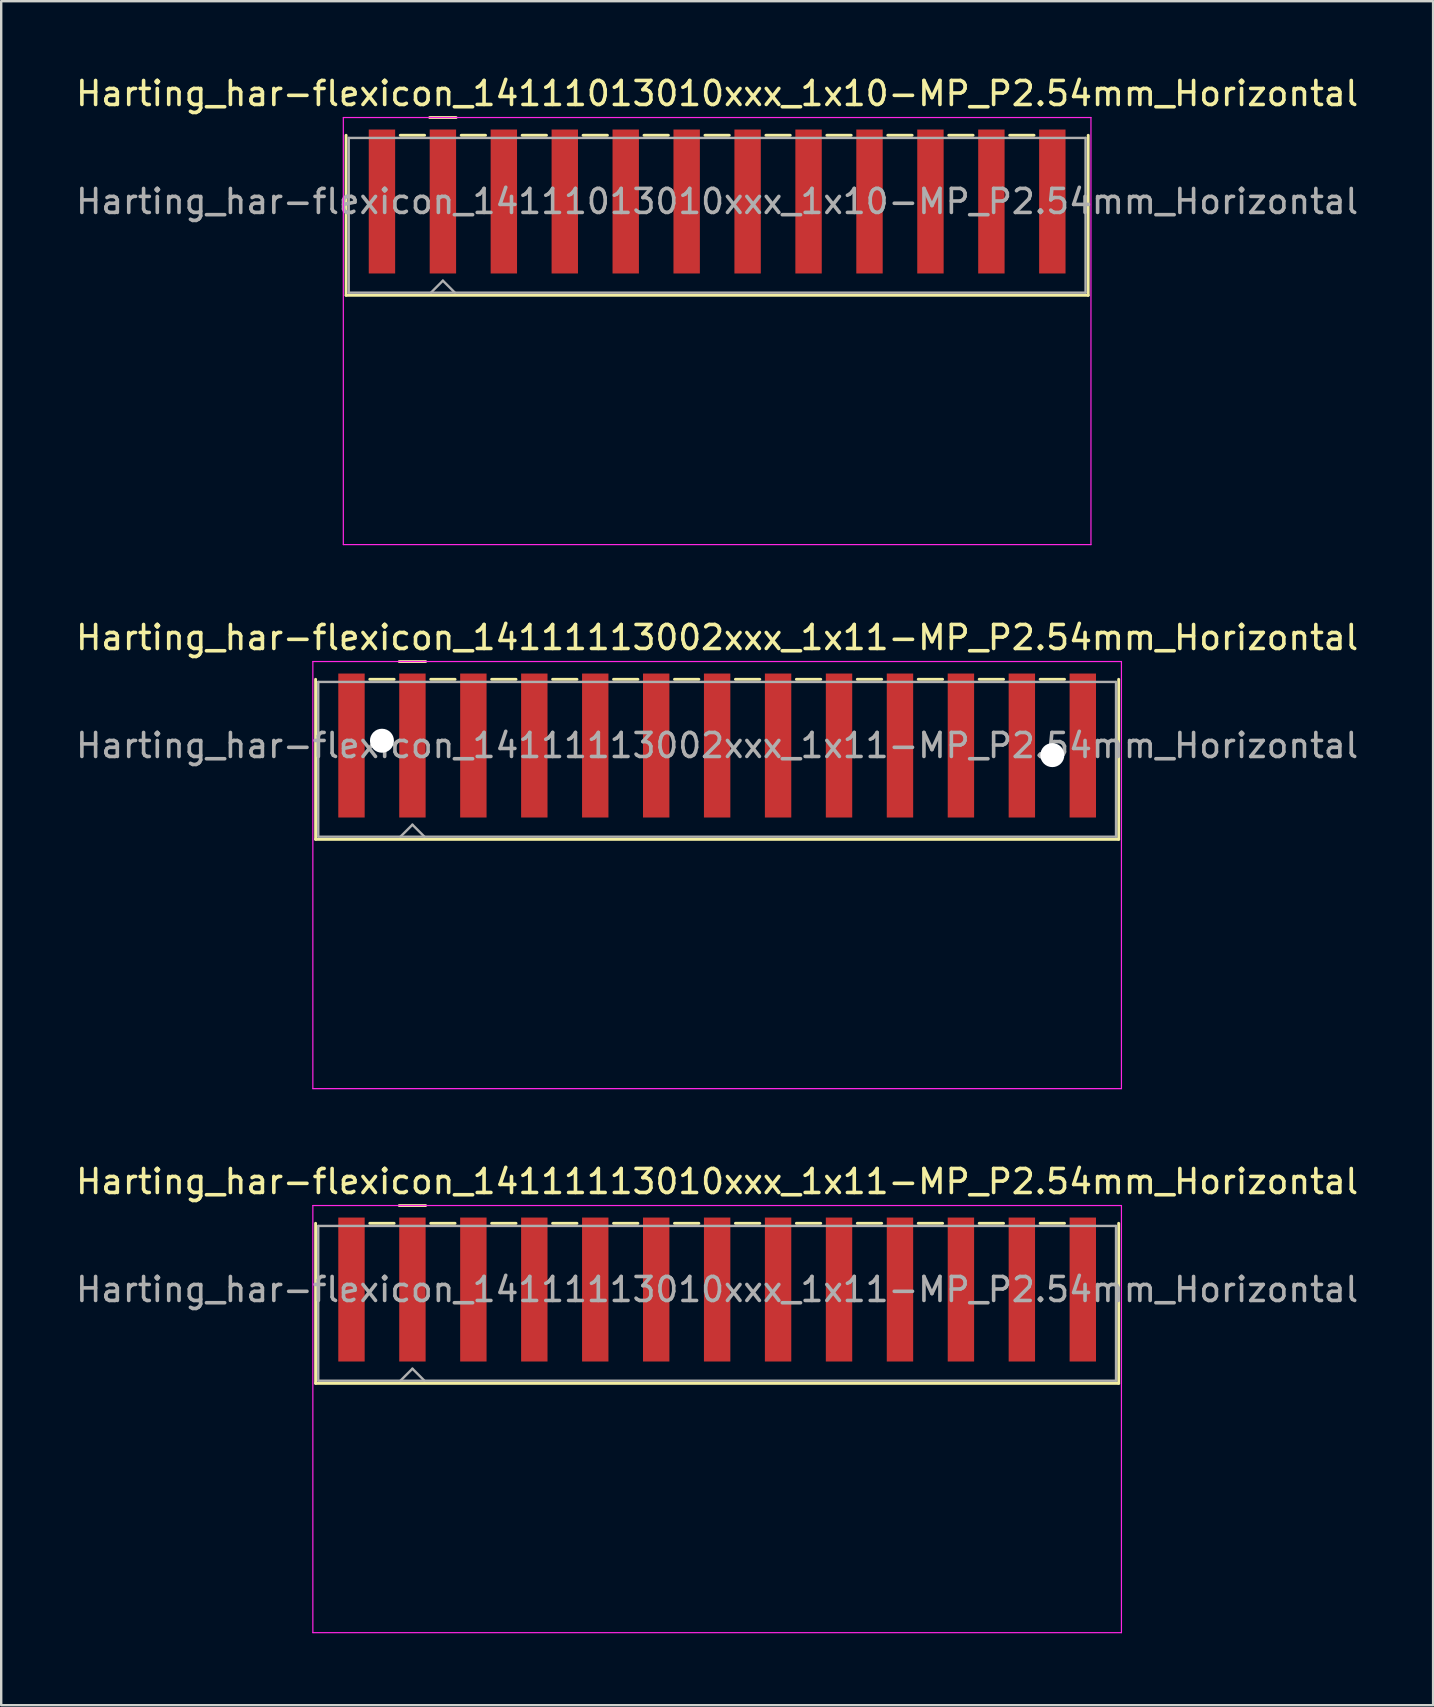
<source format=kicad_pcb>
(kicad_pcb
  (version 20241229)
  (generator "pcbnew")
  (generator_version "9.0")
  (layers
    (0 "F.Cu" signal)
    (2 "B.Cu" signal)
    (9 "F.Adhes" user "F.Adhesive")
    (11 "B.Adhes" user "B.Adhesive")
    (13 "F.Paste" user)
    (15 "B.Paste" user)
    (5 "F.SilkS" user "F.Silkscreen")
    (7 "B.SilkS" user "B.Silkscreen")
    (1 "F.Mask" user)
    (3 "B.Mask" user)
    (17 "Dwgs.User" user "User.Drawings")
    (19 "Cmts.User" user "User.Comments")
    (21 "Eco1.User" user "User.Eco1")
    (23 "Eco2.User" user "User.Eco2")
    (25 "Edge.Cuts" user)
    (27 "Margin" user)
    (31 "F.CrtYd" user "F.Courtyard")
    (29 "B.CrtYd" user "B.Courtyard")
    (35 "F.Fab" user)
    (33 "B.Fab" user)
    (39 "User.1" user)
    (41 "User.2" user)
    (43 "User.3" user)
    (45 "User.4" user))
  (footprint "Harting_har-flexicon_14111113010xxx_1x11-MP_P2.54mm_Horizontal"
    (layer "F.Cu")
    (at 26.839 51.995)
    (property "Reference" "Harting_har-flexicon_14111113010xxx_1x11-MP_P2.54mm_Horizontal" (at 0 -5.8 0) (layer "F.SilkS") (effects (font (size 1 1) (thickness 0.15))))
    (attr smd)
    (fp_line (start -16.735 -4.06) (end -16.735 2.61) (stroke (width 0.12) (type solid)) (layer "F.SilkS"))
    (fp_line (start -14.478 -4.06) (end -13.462 -4.06) (stroke (width 0.12) (type solid)) (layer "F.SilkS"))
    (fp_line (start -13.25 -4.8) (end -12.15 -4.8) (stroke (width 0.12) (type solid)) (layer "F.SilkS"))
    (fp_line (start -11.938 -4.06) (end -10.922 -4.06) (stroke (width 0.12) (type solid)) (layer "F.SilkS"))
    (fp_line (start -9.398 -4.06) (end -8.382 -4.06) (stroke (width 0.12) (type solid)) (layer "F.SilkS"))
    (fp_line (start -6.858 -4.06) (end -5.842 -4.06) (stroke (width 0.12) (type solid)) (layer "F.SilkS"))
    (fp_line (start -4.318 -4.06) (end -3.302 -4.06) (stroke (width 0.12) (type solid)) (layer "F.SilkS"))
    (fp_line (start -1.778 -4.06) (end -0.762 -4.06) (stroke (width 0.12) (type solid)) (layer "F.SilkS"))
    (fp_line (start 0.762 -4.06) (end 1.778 -4.06) (stroke (width 0.12) (type solid)) (layer "F.SilkS"))
    (fp_line (start 3.302 -4.06) (end 4.318 -4.06) (stroke (width 0.12) (type solid)) (layer "F.SilkS"))
    (fp_line (start 5.842 -4.06) (end 6.858 -4.06) (stroke (width 0.12) (type solid)) (layer "F.SilkS"))
    (fp_line (start 8.382 -4.06) (end 9.398 -4.06) (stroke (width 0.12) (type solid)) (layer "F.SilkS"))
    (fp_line (start 10.922 -4.06) (end 11.938 -4.06) (stroke (width 0.12) (type solid)) (layer "F.SilkS"))
    (fp_line (start 13.462 -4.06) (end 14.478 -4.06) (stroke (width 0.12) (type solid)) (layer "F.SilkS"))
    (fp_line (start 16.735 -4.06) (end 16.735 2.61) (stroke (width 0.12) (type solid)) (layer "F.SilkS"))
    (fp_line (start 16.735 2.61) (end -16.735 2.61) (stroke (width 0.12) (type solid)) (layer "F.SilkS"))
    (fp_line (start -16.85 -4.8) (end -16.85 13) (stroke (width 0.05) (type solid)) (layer "F.CrtYd"))
    (fp_line (start -16.85 13) (end 16.85 13) (stroke (width 0.05) (type solid)) (layer "F.CrtYd"))
    (fp_line (start 16.85 -4.8) (end -16.85 -4.8) (stroke (width 0.05) (type solid)) (layer "F.CrtYd"))
    (fp_line (start 16.85 13) (end 16.85 -4.8) (stroke (width 0.05) (type solid)) (layer "F.CrtYd"))
    (fp_line (start -16.625 -3.95) (end -16.625 2.5) (stroke (width 0.1) (type solid)) (layer "F.Fab"))
    (fp_line (start -16.625 2.5) (end 16.625 2.5) (stroke (width 0.1) (type solid)) (layer "F.Fab"))
    (fp_line (start -13.2 2.5) (end -12.7 2) (stroke (width 0.1) (type solid)) (layer "F.Fab"))
    (fp_line (start -12.7 2) (end -12.2 2.5) (stroke (width 0.1) (type solid)) (layer "F.Fab"))
    (fp_line (start 16.625 -3.95) (end -16.625 -3.95) (stroke (width 0.1) (type solid)) (layer "F.Fab"))
    (fp_line (start 16.625 2.5) (end 16.625 -3.95) (stroke (width 0.1) (type solid)) (layer "F.Fab"))
    (fp_text user "${REFERENCE}" (at 0 -1.3 0) (layer "F.Fab") (effects (font (size 1 1) (thickness 0.15))))
    (pad "1" smd rect (at -12.7 -1.3) (size 1.1 6) (layers "F.Cu" "F.Mask" "F.Paste"))
    (pad "2" smd rect (at -10.16 -1.3) (size 1.1 6) (layers "F.Cu" "F.Mask" "F.Paste"))
    (pad "3" smd rect (at -7.62 -1.3) (size 1.1 6) (layers "F.Cu" "F.Mask" "F.Paste"))
    (pad "4" smd rect (at -5.08 -1.3) (size 1.1 6) (layers "F.Cu" "F.Mask" "F.Paste"))
    (pad "5" smd rect (at -2.54 -1.3) (size 1.1 6) (layers "F.Cu" "F.Mask" "F.Paste"))
    (pad "6" smd rect (at 0 -1.3) (size 1.1 6) (layers "F.Cu" "F.Mask" "F.Paste"))
    (pad "7" smd rect (at 2.54 -1.3) (size 1.1 6) (layers "F.Cu" "F.Mask" "F.Paste"))
    (pad "8" smd rect (at 5.08 -1.3) (size 1.1 6) (layers "F.Cu" "F.Mask" "F.Paste"))
    (pad "9" smd rect (at 7.62 -1.3) (size 1.1 6) (layers "F.Cu" "F.Mask" "F.Paste"))
    (pad "10" smd rect (at 10.16 -1.3) (size 1.1 6) (layers "F.Cu" "F.Mask" "F.Paste"))
    (pad "11" smd rect (at 12.7 -1.3) (size 1.1 6) (layers "F.Cu" "F.Mask" "F.Paste"))
    (pad "MP" smd rect (at -15.24 -1.3) (size 1.1 6) (layers "F.Cu" "F.Mask" "F.Paste"))
    (pad "MP" smd rect (at 15.24 -1.3) (size 1.1 6) (layers "F.Cu" "F.Mask" "F.Paste")))
  (footprint "Harting_har-flexicon_14111013010xxx_1x10-MP_P2.54mm_Horizontal"
    (layer "F.Cu")
    (at 26.839 6.648)
    (property "Reference" "Harting_har-flexicon_14111013010xxx_1x10-MP_P2.54mm_Horizontal" (at 0 -5.8 0) (layer "F.SilkS") (effects (font (size 1 1) (thickness 0.15))))
    (attr smd)
    (fp_line (start -15.465 -4.06) (end -15.465 2.61) (stroke (width 0.12) (type solid)) (layer "F.SilkS"))
    (fp_line (start -13.208 -4.06) (end -12.192 -4.06) (stroke (width 0.12) (type solid)) (layer "F.SilkS"))
    (fp_line (start -11.98 -4.8) (end -10.88 -4.8) (stroke (width 0.12) (type solid)) (layer "F.SilkS"))
    (fp_line (start -10.668 -4.06) (end -9.652 -4.06) (stroke (width 0.12) (type solid)) (layer "F.SilkS"))
    (fp_line (start -8.128 -4.06) (end -7.112 -4.06) (stroke (width 0.12) (type solid)) (layer "F.SilkS"))
    (fp_line (start -5.588 -4.06) (end -4.572 -4.06) (stroke (width 0.12) (type solid)) (layer "F.SilkS"))
    (fp_line (start -3.048 -4.06) (end -2.032 -4.06) (stroke (width 0.12) (type solid)) (layer "F.SilkS"))
    (fp_line (start -0.508 -4.06) (end 0.508 -4.06) (stroke (width 0.12) (type solid)) (layer "F.SilkS"))
    (fp_line (start 2.032 -4.06) (end 3.048 -4.06) (stroke (width 0.12) (type solid)) (layer "F.SilkS"))
    (fp_line (start 4.572 -4.06) (end 5.588 -4.06) (stroke (width 0.12) (type solid)) (layer "F.SilkS"))
    (fp_line (start 7.112 -4.06) (end 8.128 -4.06) (stroke (width 0.12) (type solid)) (layer "F.SilkS"))
    (fp_line (start 9.652 -4.06) (end 10.668 -4.06) (stroke (width 0.12) (type solid)) (layer "F.SilkS"))
    (fp_line (start 12.192 -4.06) (end 13.208 -4.06) (stroke (width 0.12) (type solid)) (layer "F.SilkS"))
    (fp_line (start 15.465 -4.06) (end 15.465 2.61) (stroke (width 0.12) (type solid)) (layer "F.SilkS"))
    (fp_line (start 15.465 2.61) (end -15.465 2.61) (stroke (width 0.12) (type solid)) (layer "F.SilkS"))
    (fp_line (start -15.58 -4.8) (end -15.58 13) (stroke (width 0.05) (type solid)) (layer "F.CrtYd"))
    (fp_line (start -15.58 13) (end 15.58 13) (stroke (width 0.05) (type solid)) (layer "F.CrtYd"))
    (fp_line (start 15.58 -4.8) (end -15.58 -4.8) (stroke (width 0.05) (type solid)) (layer "F.CrtYd"))
    (fp_line (start 15.58 13) (end 15.58 -4.8) (stroke (width 0.05) (type solid)) (layer "F.CrtYd"))
    (fp_line (start -15.355 -3.95) (end -15.355 2.5) (stroke (width 0.1) (type solid)) (layer "F.Fab"))
    (fp_line (start -15.355 2.5) (end 15.355 2.5) (stroke (width 0.1) (type solid)) (layer "F.Fab"))
    (fp_line (start -11.93 2.5) (end -11.43 2) (stroke (width 0.1) (type solid)) (layer "F.Fab"))
    (fp_line (start -11.43 2) (end -10.93 2.5) (stroke (width 0.1) (type solid)) (layer "F.Fab"))
    (fp_line (start 15.355 -3.95) (end -15.355 -3.95) (stroke (width 0.1) (type solid)) (layer "F.Fab"))
    (fp_line (start 15.355 2.5) (end 15.355 -3.95) (stroke (width 0.1) (type solid)) (layer "F.Fab"))
    (fp_text user "${REFERENCE}" (at 0 -1.3 0) (layer "F.Fab") (effects (font (size 1 1) (thickness 0.15))))
    (pad "1" smd rect (at -11.43 -1.3) (size 1.1 6) (layers "F.Cu" "F.Mask" "F.Paste"))
    (pad "2" smd rect (at -8.89 -1.3) (size 1.1 6) (layers "F.Cu" "F.Mask" "F.Paste"))
    (pad "3" smd rect (at -6.35 -1.3) (size 1.1 6) (layers "F.Cu" "F.Mask" "F.Paste"))
    (pad "4" smd rect (at -3.81 -1.3) (size 1.1 6) (layers "F.Cu" "F.Mask" "F.Paste"))
    (pad "5" smd rect (at -1.27 -1.3) (size 1.1 6) (layers "F.Cu" "F.Mask" "F.Paste"))
    (pad "6" smd rect (at 1.27 -1.3) (size 1.1 6) (layers "F.Cu" "F.Mask" "F.Paste"))
    (pad "7" smd rect (at 3.81 -1.3) (size 1.1 6) (layers "F.Cu" "F.Mask" "F.Paste"))
    (pad "8" smd rect (at 6.35 -1.3) (size 1.1 6) (layers "F.Cu" "F.Mask" "F.Paste"))
    (pad "9" smd rect (at 8.89 -1.3) (size 1.1 6) (layers "F.Cu" "F.Mask" "F.Paste"))
    (pad "10" smd rect (at 11.43 -1.3) (size 1.1 6) (layers "F.Cu" "F.Mask" "F.Paste"))
    (pad "MP" smd rect (at -13.97 -1.3) (size 1.1 6) (layers "F.Cu" "F.Mask" "F.Paste"))
    (pad "MP" smd rect (at 13.97 -1.3) (size 1.1 6) (layers "F.Cu" "F.Mask" "F.Paste")))
  (footprint "Harting_har-flexicon_14111113002xxx_1x11-MP_P2.54mm_Horizontal"
    (layer "F.Cu")
    (at 26.839 29.322)
    (property "Reference" "Harting_har-flexicon_14111113002xxx_1x11-MP_P2.54mm_Horizontal" (at 0 -5.8 0) (layer "F.SilkS") (effects (font (size 1 1) (thickness 0.15))))
    (attr smd)
    (fp_line (start -16.735 -4.06) (end -16.735 2.61) (stroke (width 0.12) (type solid)) (layer "F.SilkS"))
    (fp_line (start -14.478 -4.06) (end -13.462 -4.06) (stroke (width 0.12) (type solid)) (layer "F.SilkS"))
    (fp_line (start -13.25 -4.8) (end -12.15 -4.8) (stroke (width 0.12) (type solid)) (layer "F.SilkS"))
    (fp_line (start -11.938 -4.06) (end -10.922 -4.06) (stroke (width 0.12) (type solid)) (layer "F.SilkS"))
    (fp_line (start -9.398 -4.06) (end -8.382 -4.06) (stroke (width 0.12) (type solid)) (layer "F.SilkS"))
    (fp_line (start -6.858 -4.06) (end -5.842 -4.06) (stroke (width 0.12) (type solid)) (layer "F.SilkS"))
    (fp_line (start -4.318 -4.06) (end -3.302 -4.06) (stroke (width 0.12) (type solid)) (layer "F.SilkS"))
    (fp_line (start -1.778 -4.06) (end -0.762 -4.06) (stroke (width 0.12) (type solid)) (layer "F.SilkS"))
    (fp_line (start 0.762 -4.06) (end 1.778 -4.06) (stroke (width 0.12) (type solid)) (layer "F.SilkS"))
    (fp_line (start 3.302 -4.06) (end 4.318 -4.06) (stroke (width 0.12) (type solid)) (layer "F.SilkS"))
    (fp_line (start 5.842 -4.06) (end 6.858 -4.06) (stroke (width 0.12) (type solid)) (layer "F.SilkS"))
    (fp_line (start 8.382 -4.06) (end 9.398 -4.06) (stroke (width 0.12) (type solid)) (layer "F.SilkS"))
    (fp_line (start 10.922 -4.06) (end 11.938 -4.06) (stroke (width 0.12) (type solid)) (layer "F.SilkS"))
    (fp_line (start 13.462 -4.06) (end 14.478 -4.06) (stroke (width 0.12) (type solid)) (layer "F.SilkS"))
    (fp_line (start 16.735 -4.06) (end 16.735 2.61) (stroke (width 0.12) (type solid)) (layer "F.SilkS"))
    (fp_line (start 16.735 2.61) (end -16.735 2.61) (stroke (width 0.12) (type solid)) (layer "F.SilkS"))
    (fp_line (start -16.85 -4.8) (end -16.85 13) (stroke (width 0.05) (type solid)) (layer "F.CrtYd"))
    (fp_line (start -16.85 13) (end 16.85 13) (stroke (width 0.05) (type solid)) (layer "F.CrtYd"))
    (fp_line (start 16.85 -4.8) (end -16.85 -4.8) (stroke (width 0.05) (type solid)) (layer "F.CrtYd"))
    (fp_line (start 16.85 13) (end 16.85 -4.8) (stroke (width 0.05) (type solid)) (layer "F.CrtYd"))
    (fp_line (start -16.625 -3.95) (end -16.625 2.5) (stroke (width 0.1) (type solid)) (layer "F.Fab"))
    (fp_line (start -16.625 2.5) (end 16.625 2.5) (stroke (width 0.1) (type solid)) (layer "F.Fab"))
    (fp_line (start -13.2 2.5) (end -12.7 2) (stroke (width 0.1) (type solid)) (layer "F.Fab"))
    (fp_line (start -12.7 2) (end -12.2 2.5) (stroke (width 0.1) (type solid)) (layer "F.Fab"))
    (fp_line (start 16.625 -3.95) (end -16.625 -3.95) (stroke (width 0.1) (type solid)) (layer "F.Fab"))
    (fp_line (start 16.625 2.5) (end 16.625 -3.95) (stroke (width 0.1) (type solid)) (layer "F.Fab"))
    (fp_text user "${REFERENCE}" (at 0 -1.3 0) (layer "F.Fab") (effects (font (size 1 1) (thickness 0.15))))
    (pad "" np_thru_hole circle (at -13.97 -1.5) (size 1 1) (drill 1) (layers "*.Cu" "*.Mask"))
    (pad "" np_thru_hole circle (at 13.97 -0.9) (size 1 1) (drill 1) (layers "*.Cu" "*.Mask"))
    (pad "1" smd rect (at -12.7 -1.3) (size 1.1 6) (layers "F.Cu" "F.Mask" "F.Paste"))
    (pad "2" smd rect (at -10.16 -1.3) (size 1.1 6) (layers "F.Cu" "F.Mask" "F.Paste"))
    (pad "3" smd rect (at -7.62 -1.3) (size 1.1 6) (layers "F.Cu" "F.Mask" "F.Paste"))
    (pad "4" smd rect (at -5.08 -1.3) (size 1.1 6) (layers "F.Cu" "F.Mask" "F.Paste"))
    (pad "5" smd rect (at -2.54 -1.3) (size 1.1 6) (layers "F.Cu" "F.Mask" "F.Paste"))
    (pad "6" smd rect (at 0 -1.3) (size 1.1 6) (layers "F.Cu" "F.Mask" "F.Paste"))
    (pad "7" smd rect (at 2.54 -1.3) (size 1.1 6) (layers "F.Cu" "F.Mask" "F.Paste"))
    (pad "8" smd rect (at 5.08 -1.3) (size 1.1 6) (layers "F.Cu" "F.Mask" "F.Paste"))
    (pad "9" smd rect (at 7.62 -1.3) (size 1.1 6) (layers "F.Cu" "F.Mask" "F.Paste"))
    (pad "10" smd rect (at 10.16 -1.3) (size 1.1 6) (layers "F.Cu" "F.Mask" "F.Paste"))
    (pad "11" smd rect (at 12.7 -1.3) (size 1.1 6) (layers "F.Cu" "F.Mask" "F.Paste"))
    (pad "MP" smd rect (at -15.24 -1.3) (size 1.1 6) (layers "F.Cu" "F.Mask" "F.Paste"))
    (pad "MP" smd rect (at 15.24 -1.3) (size 1.1 6) (layers "F.Cu" "F.Mask" "F.Paste")))
  (gr_rect
    (start -3 -3)
    (end 56.679 68.02)
    (stroke (width 0.1) (type default))
    (fill no)
    (layer "Edge.Cuts")))
</source>
